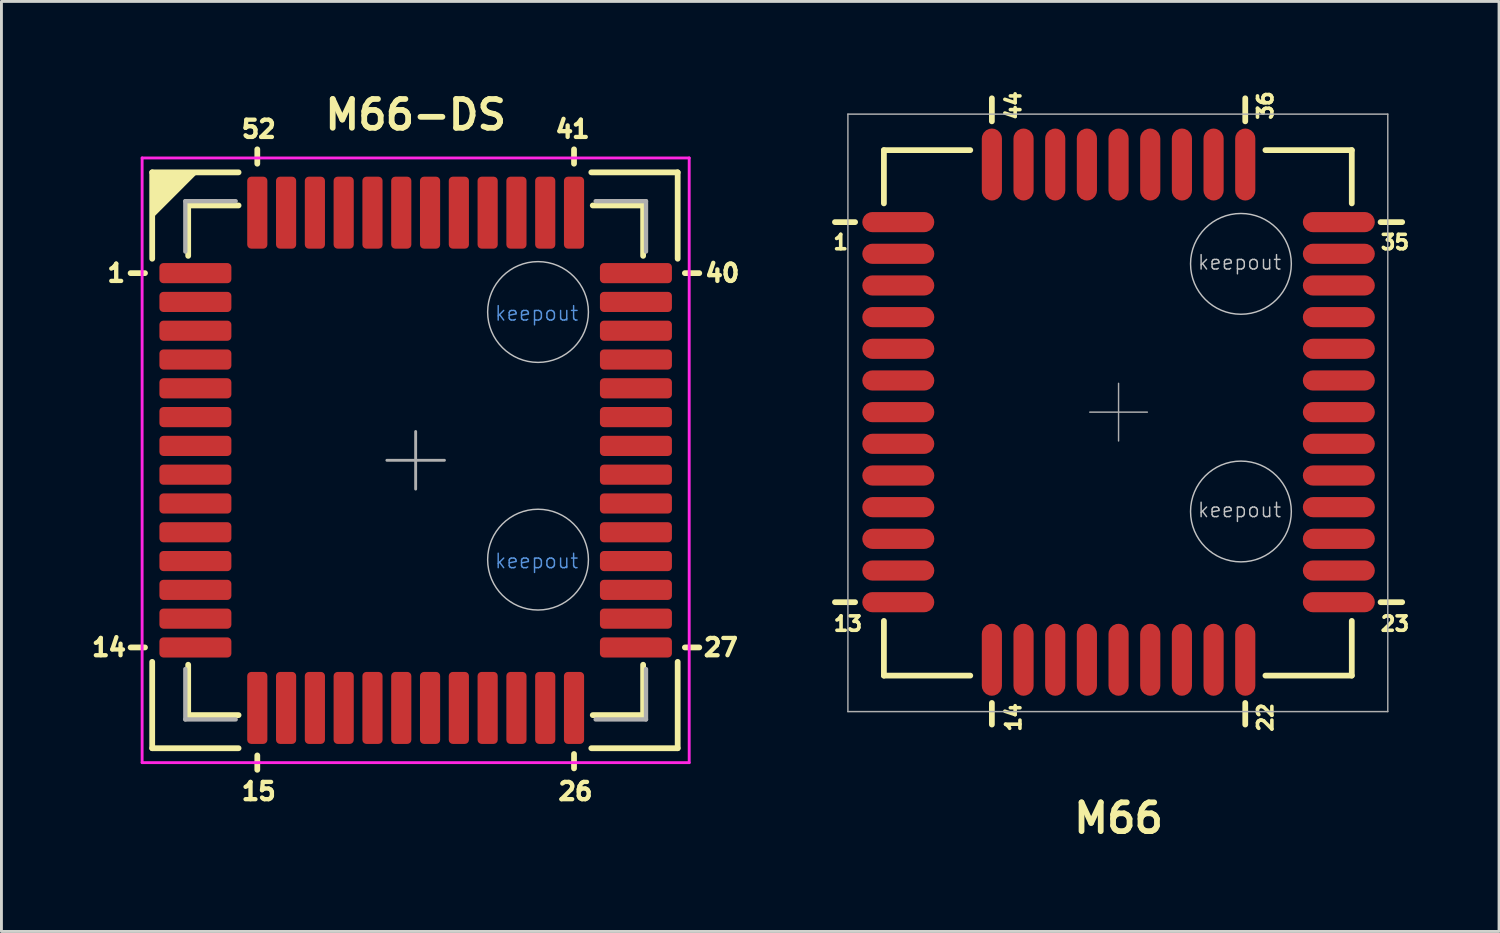
<source format=kicad_pcb>
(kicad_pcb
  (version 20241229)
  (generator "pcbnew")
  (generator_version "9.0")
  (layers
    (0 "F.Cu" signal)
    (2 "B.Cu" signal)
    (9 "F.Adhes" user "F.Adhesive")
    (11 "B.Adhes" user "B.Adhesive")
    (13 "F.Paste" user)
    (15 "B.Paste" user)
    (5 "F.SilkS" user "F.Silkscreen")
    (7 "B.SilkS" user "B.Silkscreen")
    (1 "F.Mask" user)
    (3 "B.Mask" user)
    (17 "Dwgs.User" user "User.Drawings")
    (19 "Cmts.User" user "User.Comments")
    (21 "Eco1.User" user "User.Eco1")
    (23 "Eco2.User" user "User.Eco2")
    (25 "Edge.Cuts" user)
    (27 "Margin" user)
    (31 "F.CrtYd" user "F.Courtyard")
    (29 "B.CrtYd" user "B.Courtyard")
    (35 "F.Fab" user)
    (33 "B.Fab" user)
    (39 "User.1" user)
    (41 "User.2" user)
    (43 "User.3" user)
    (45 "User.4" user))
  (footprint "M66-DS"
    (layer "F.Cu")
    (at 3.736 6.436)
    (property "Reference" "M66-DS" (at 7.65 -5.5 0) (layer "F.SilkS") (effects (font (size 1 1) (thickness 0.2))))
    (attr through_hole)
    (fp_line (start -1.75 0) (end -2.25 0) (stroke (width 0.2) (type solid)) (layer "F.SilkS"))
    (fp_line (start -1.75 13) (end -2.25 13) (stroke (width 0.2) (type solid)) (layer "F.SilkS"))
    (fp_line (start -1.5 -3.5) (end 1.5 -3.5) (stroke (width 0.2) (type solid)) (layer "F.SilkS"))
    (fp_line (start -1.5 -0.5) (end -1.5 -3.5) (stroke (width 0.2) (type solid)) (layer "F.SilkS"))
    (fp_line (start -1.5 13.5) (end -1.5 16.5) (stroke (width 0.2) (type solid)) (layer "F.SilkS"))
    (fp_line (start -1.5 16.5) (end 1.5 16.5) (stroke (width 0.2) (type solid)) (layer "F.SilkS"))
    (fp_line (start -0.25 -2.35) (end -0.25 -0.6) (stroke (width 0.2) (type solid)) (layer "F.SilkS"))
    (fp_line (start -0.25 -2.35) (end 1.5 -2.35) (stroke (width 0.2) (type solid)) (layer "F.SilkS"))
    (fp_line (start -0.25 15.35) (end -0.25 13.6) (stroke (width 0.2) (type solid)) (layer "F.SilkS"))
    (fp_line (start -0.25 15.35) (end 1.5 15.35) (stroke (width 0.2) (type solid)) (layer "F.SilkS"))
    (fp_line (start 2.15 -4.3) (end 2.15 -3.8) (stroke (width 0.2) (type solid)) (layer "F.SilkS"))
    (fp_line (start 2.15 16.75) (end 2.15 17.25) (stroke (width 0.2) (type solid)) (layer "F.SilkS"))
    (fp_line (start 13.15 -4.3) (end 13.15 -3.8) (stroke (width 0.2) (type solid)) (layer "F.SilkS"))
    (fp_line (start 13.15 16.7) (end 13.15 17.2) (stroke (width 0.2) (type solid)) (layer "F.SilkS"))
    (fp_line (start 13.75 -3.5) (end 16.75 -3.5) (stroke (width 0.2) (type solid)) (layer "F.SilkS"))
    (fp_line (start 13.75 16.5) (end 16.75 16.5) (stroke (width 0.2) (type solid)) (layer "F.SilkS"))
    (fp_line (start 15.55 -2.35) (end 13.8 -2.35) (stroke (width 0.2) (type solid)) (layer "F.SilkS"))
    (fp_line (start 15.55 -2.35) (end 15.55 -0.6) (stroke (width 0.2) (type solid)) (layer "F.SilkS"))
    (fp_line (start 15.55 15.35) (end 13.8 15.35) (stroke (width 0.2) (type solid)) (layer "F.SilkS"))
    (fp_line (start 15.55 15.35) (end 15.55 13.6) (stroke (width 0.2) (type solid)) (layer "F.SilkS"))
    (fp_line (start 16.75 -3.5) (end 16.75 -0.5) (stroke (width 0.2) (type solid)) (layer "F.SilkS"))
    (fp_line (start 16.75 16.5) (end 16.75 13.5) (stroke (width 0.2) (type solid)) (layer "F.SilkS"))
    (fp_line (start 17.5 0) (end 17 0) (stroke (width 0.2) (type solid)) (layer "F.SilkS"))
    (fp_line (start 17.5 13) (end 17 13) (stroke (width 0.2) (type solid)) (layer "F.SilkS"))
    (fp_poly (pts (xy -1.5 -3.5) (xy -1.5 -2) (xy 0 -3.5)) (stroke (width 0.15) (type solid)) (fill yes) (layer "F.SilkS"))
    (fp_circle (center 11.9 1.35) (end 13.65 1.35) (stroke (width 0.05) (type solid)) (fill no) (layer "Dwgs.User"))
    (fp_circle (center 11.9 9.95) (end 13.65 9.95) (stroke (width 0.05) (type solid)) (fill no) (layer "Dwgs.User"))
    (fp_line (start -1.85 -4) (end -1.85 17) (stroke (width 0.1) (type solid)) (layer "F.CrtYd"))
    (fp_line (start -1.85 17) (end 17.15 17) (stroke (width 0.1) (type solid)) (layer "F.CrtYd"))
    (fp_line (start 17.15 -4) (end -1.85 -4) (stroke (width 0.1) (type solid)) (layer "F.CrtYd"))
    (fp_line (start 17.15 17) (end 17.15 -4) (stroke (width 0.1) (type solid)) (layer "F.CrtYd"))
    (fp_line (start -0.35 -2.5) (end -0.35 -0.75) (stroke (width 0.15) (type solid)) (layer "F.Fab"))
    (fp_line (start -0.35 -2.5) (end 1.4 -2.5) (stroke (width 0.15) (type solid)) (layer "F.Fab"))
    (fp_line (start -0.35 15.5) (end -0.35 13.75) (stroke (width 0.15) (type solid)) (layer "F.Fab"))
    (fp_line (start -0.35 15.5) (end 1.4 15.5) (stroke (width 0.15) (type solid)) (layer "F.Fab"))
    (fp_line (start 6.65 6.5) (end 8.65 6.5) (stroke (width 0.1) (type solid)) (layer "F.Fab"))
    (fp_line (start 7.65 7.5) (end 7.65 5.5) (stroke (width 0.1) (type solid)) (layer "F.Fab"))
    (fp_line (start 15.65 -2.5) (end 13.9 -2.5) (stroke (width 0.15) (type solid)) (layer "F.Fab"))
    (fp_line (start 15.65 -2.5) (end 15.65 -0.75) (stroke (width 0.15) (type solid)) (layer "F.Fab"))
    (fp_line (start 15.65 15.5) (end 13.9 15.5) (stroke (width 0.15) (type solid)) (layer "F.Fab"))
    (fp_line (start 15.65 15.5) (end 15.65 13.75) (stroke (width 0.15) (type solid)) (layer "F.Fab"))
    (fp_text user "52" (at 2.2 -5 0) (layer "F.SilkS") (effects (font (size 0.6 0.6) (thickness 0.15))))
    (fp_text user "26" (at 13.2 18 0) (layer "F.SilkS") (effects (font (size 0.6 0.6) (thickness 0.15))))
    (fp_text user "1" (at -2.75 0 0) (layer "F.SilkS") (effects (font (size 0.6 0.6) (thickness 0.15))))
    (fp_text user "40" (at 18.3 0 0) (layer "F.SilkS") (effects (font (size 0.6 0.6) (thickness 0.15))))
    (fp_text user "14" (at -3 13 0) (layer "F.SilkS") (effects (font (size 0.6 0.6) (thickness 0.15))))
    (fp_text user "27" (at 18.25 13 0) (layer "F.SilkS") (effects (font (size 0.6 0.6) (thickness 0.15))))
    (fp_text user "41" (at 13.1 -5 180) (layer "F.SilkS") (effects (font (size 0.6 0.6) (thickness 0.15))))
    (fp_text user "15" (at 2.2 18 0) (layer "F.SilkS") (effects (font (size 0.6 0.6) (thickness 0.15))))
    (fp_text user "keepout" (at 11.85 1.4 0) (layer "Cmts.User") (effects (font (size 0.5 0.5) (thickness 0.05))))
    (fp_text user "keepout" (at 11.85 10 0) (layer "Cmts.User") (effects (font (size 0.5 0.5) (thickness 0.05))))
    (pad "1" smd roundrect (at 0 0) (size 2.5 0.7) (layers "F.Cu" "F.Mask" "F.Paste") (roundrect_rratio 0.2))
    (pad "2" smd roundrect (at 0 1) (size 2.5 0.7) (layers "F.Cu" "F.Mask" "F.Paste") (roundrect_rratio 0.2))
    (pad "3" smd roundrect (at 0 2) (size 2.5 0.7) (layers "F.Cu" "F.Mask" "F.Paste") (roundrect_rratio 0.2))
    (pad "4" smd roundrect (at 0 3) (size 2.5 0.7) (layers "F.Cu" "F.Mask" "F.Paste") (roundrect_rratio 0.2))
    (pad "5" smd roundrect (at 0 4) (size 2.5 0.7) (layers "F.Cu" "F.Mask" "F.Paste") (roundrect_rratio 0.2))
    (pad "6" smd roundrect (at 0 5) (size 2.5 0.7) (layers "F.Cu" "F.Mask" "F.Paste") (roundrect_rratio 0.2))
    (pad "7" smd roundrect (at 0 6) (size 2.5 0.7) (layers "F.Cu" "F.Mask" "F.Paste") (roundrect_rratio 0.2))
    (pad "8" smd roundrect (at 0 7) (size 2.5 0.7) (layers "F.Cu" "F.Mask" "F.Paste") (roundrect_rratio 0.2))
    (pad "9" smd roundrect (at 0 8) (size 2.5 0.7) (layers "F.Cu" "F.Mask" "F.Paste") (roundrect_rratio 0.2))
    (pad "10" smd roundrect (at 0 9) (size 2.5 0.7) (layers "F.Cu" "F.Mask" "F.Paste") (roundrect_rratio 0.2))
    (pad "11" smd roundrect (at 0 10) (size 2.5 0.7) (layers "F.Cu" "F.Mask" "F.Paste") (roundrect_rratio 0.2))
    (pad "12" smd roundrect (at 0 11) (size 2.5 0.7) (layers "F.Cu" "F.Mask" "F.Paste") (roundrect_rratio 0.2))
    (pad "13" smd roundrect (at 0 12) (size 2.5 0.7) (layers "F.Cu" "F.Mask" "F.Paste") (roundrect_rratio 0.2))
    (pad "14" smd roundrect (at 0 13) (size 2.5 0.7) (layers "F.Cu" "F.Mask" "F.Paste") (roundrect_rratio 0.2))
    (pad "15" smd roundrect (at 2.15 15.1 90) (size 2.5 0.7) (layers "F.Cu" "F.Mask" "F.Paste") (roundrect_rratio 0.2))
    (pad "16" smd roundrect (at 3.15 15.1 90) (size 2.5 0.7) (layers "F.Cu" "F.Mask" "F.Paste") (roundrect_rratio 0.2))
    (pad "17" smd roundrect (at 4.15 15.1 270) (size 2.5 0.7) (layers "F.Cu" "F.Mask" "F.Paste") (roundrect_rratio 0.2))
    (pad "18" smd roundrect (at 5.15 15.1 90) (size 2.5 0.7) (layers "F.Cu" "F.Mask" "F.Paste") (roundrect_rratio 0.2))
    (pad "19" smd roundrect (at 6.15 15.1 90) (size 2.5 0.7) (layers "F.Cu" "F.Mask" "F.Paste") (roundrect_rratio 0.2))
    (pad "20" smd roundrect (at 7.15 15.1 90) (size 2.5 0.7) (layers "F.Cu" "F.Mask" "F.Paste") (roundrect_rratio 0.2))
    (pad "21" smd roundrect (at 8.15 15.1 90) (size 2.5 0.7) (layers "F.Cu" "F.Mask" "F.Paste") (roundrect_rratio 0.2))
    (pad "22" smd roundrect (at 9.15 15.1 90) (size 2.5 0.7) (layers "F.Cu" "F.Mask" "F.Paste") (roundrect_rratio 0.2))
    (pad "23" smd roundrect (at 10.15 15.1 90) (size 2.5 0.7) (layers "F.Cu" "F.Mask" "F.Paste") (roundrect_rratio 0.2))
    (pad "24" smd roundrect (at 11.15 15.1 90) (size 2.5 0.7) (layers "F.Cu" "F.Mask" "F.Paste") (roundrect_rratio 0.2))
    (pad "25" smd roundrect (at 12.15 15.1 90) (size 2.5 0.7) (layers "F.Cu" "F.Mask" "F.Paste") (roundrect_rratio 0.2))
    (pad "26" smd roundrect (at 13.15 15.1 90) (size 2.5 0.7) (layers "F.Cu" "F.Mask" "F.Paste") (roundrect_rratio 0.2))
    (pad "27" smd roundrect (at 15.3 13 180) (size 2.5 0.7) (layers "F.Cu" "F.Mask" "F.Paste") (roundrect_rratio 0.2))
    (pad "28" smd roundrect (at 15.3 12 180) (size 2.5 0.7) (layers "F.Cu" "F.Mask" "F.Paste") (roundrect_rratio 0.2))
    (pad "29" smd roundrect (at 15.3 11 180) (size 2.5 0.7) (layers "F.Cu" "F.Mask" "F.Paste") (roundrect_rratio 0.2))
    (pad "30" smd roundrect (at 15.3 10 180) (size 2.5 0.7) (layers "F.Cu" "F.Mask" "F.Paste") (roundrect_rratio 0.2))
    (pad "31" smd roundrect (at 15.3 9 180) (size 2.5 0.7) (layers "F.Cu" "F.Mask" "F.Paste") (roundrect_rratio 0.2))
    (pad "32" smd roundrect (at 15.3 8 180) (size 2.5 0.7) (layers "F.Cu" "F.Mask" "F.Paste") (roundrect_rratio 0.2))
    (pad "33" smd roundrect (at 15.3 7 180) (size 2.5 0.7) (layers "F.Cu" "F.Mask" "F.Paste") (roundrect_rratio 0.2))
    (pad "34" smd roundrect (at 15.3 6 180) (size 2.5 0.7) (layers "F.Cu" "F.Mask" "F.Paste") (roundrect_rratio 0.2))
    (pad "35" smd roundrect (at 15.3 5 180) (size 2.5 0.7) (layers "F.Cu" "F.Mask" "F.Paste") (roundrect_rratio 0.2))
    (pad "36" smd roundrect (at 15.3 4 180) (size 2.5 0.7) (layers "F.Cu" "F.Mask" "F.Paste") (roundrect_rratio 0.2))
    (pad "37" smd roundrect (at 15.3 3 180) (size 2.5 0.7) (layers "F.Cu" "F.Mask" "F.Paste") (roundrect_rratio 0.2))
    (pad "38" smd roundrect (at 15.3 2 180) (size 2.5 0.7) (layers "F.Cu" "F.Mask" "F.Paste") (roundrect_rratio 0.2))
    (pad "39" smd roundrect (at 15.3 1 180) (size 2.5 0.7) (layers "F.Cu" "F.Mask" "F.Paste") (roundrect_rratio 0.2))
    (pad "40" smd roundrect (at 15.3 0 180) (size 2.5 0.7) (layers "F.Cu" "F.Mask" "F.Paste") (roundrect_rratio 0.2))
    (pad "41" smd roundrect (at 13.15 -2.1 90) (size 2.5 0.7) (layers "F.Cu" "F.Mask" "F.Paste") (roundrect_rratio 0.2))
    (pad "42" smd roundrect (at 12.15 -2.1 90) (size 2.5 0.7) (layers "F.Cu" "F.Mask" "F.Paste") (roundrect_rratio 0.2))
    (pad "43" smd roundrect (at 11.15 -2.1 90) (size 2.5 0.7) (layers "F.Cu" "F.Mask" "F.Paste") (roundrect_rratio 0.2))
    (pad "44" smd roundrect (at 10.15 -2.1 90) (size 2.5 0.7) (layers "F.Cu" "F.Mask" "F.Paste") (roundrect_rratio 0.2))
    (pad "45" smd roundrect (at 9.15 -2.1 90) (size 2.5 0.7) (layers "F.Cu" "F.Mask" "F.Paste") (roundrect_rratio 0.2))
    (pad "46" smd roundrect (at 8.15 -2.1 90) (size 2.5 0.7) (layers "F.Cu" "F.Mask" "F.Paste") (roundrect_rratio 0.2))
    (pad "47" smd roundrect (at 7.15 -2.1 90) (size 2.5 0.7) (layers "F.Cu" "F.Mask" "F.Paste") (roundrect_rratio 0.2))
    (pad "48" smd roundrect (at 6.15 -2.1 90) (size 2.5 0.7) (layers "F.Cu" "F.Mask" "F.Paste") (roundrect_rratio 0.2))
    (pad "49" smd roundrect (at 5.15 -2.1 90) (size 2.5 0.7) (layers "F.Cu" "F.Mask" "F.Paste") (roundrect_rratio 0.2))
    (pad "50" smd roundrect (at 4.15 -2.1 90) (size 2.5 0.7) (layers "F.Cu" "F.Mask" "F.Paste") (roundrect_rratio 0.2))
    (pad "51" smd roundrect (at 3.15 -2.1 90) (size 2.5 0.7) (layers "F.Cu" "F.Mask" "F.Paste") (roundrect_rratio 0.2))
    (pad "52" smd roundrect (at 2.15 -2.1 90) (size 2.5 0.7) (layers "F.Cu" "F.Mask" "F.Paste") (roundrect_rratio 0.2)))
  (footprint "M66"
    (layer "F.Cu")
    (at 28.148 4.664)
    (property "Reference" "M66" (at 7.65 20.7 0) (layer "F.SilkS") (effects (font (size 1 1) (thickness 0.2))))
    (attr smd)
    (fp_line (start -1.5 0) (end -2.2 0) (stroke (width 0.2) (type solid)) (layer "F.SilkS"))
    (fp_line (start -1.5 13.2) (end -2.2 13.2) (stroke (width 0.2) (type solid)) (layer "F.SilkS"))
    (fp_line (start -0.5 -2.5) (end -0.5 -0.65) (stroke (width 0.2) (type solid)) (layer "F.SilkS"))
    (fp_line (start -0.5 13.85) (end -0.5 15.75) (stroke (width 0.2) (type solid)) (layer "F.SilkS"))
    (fp_line (start -0.5 15.75) (end 2.5 15.75) (stroke (width 0.2) (type solid)) (layer "F.SilkS"))
    (fp_line (start 2.5 -2.5) (end -0.5 -2.5) (stroke (width 0.2) (type solid)) (layer "F.SilkS"))
    (fp_line (start 3.25 -3.5) (end 3.25 -4.3) (stroke (width 0.2) (type solid)) (layer "F.SilkS"))
    (fp_line (start 3.25 16.7) (end 3.25 17.45) (stroke (width 0.2) (type solid)) (layer "F.SilkS"))
    (fp_line (start 12.05 -3.5) (end 12.05 -4.3) (stroke (width 0.2) (type solid)) (layer "F.SilkS"))
    (fp_line (start 12.05 16.7) (end 12.05 17.45) (stroke (width 0.2) (type solid)) (layer "F.SilkS"))
    (fp_line (start 12.75 -2.5) (end 15.75 -2.5) (stroke (width 0.2) (type solid)) (layer "F.SilkS"))
    (fp_line (start 12.75 15.75) (end 15.75 15.75) (stroke (width 0.2) (type solid)) (layer "F.SilkS"))
    (fp_line (start 15.75 -2.5) (end 15.75 -0.65) (stroke (width 0.2) (type solid)) (layer "F.SilkS"))
    (fp_line (start 15.75 15.75) (end 15.75 13.85) (stroke (width 0.2) (type solid)) (layer "F.SilkS"))
    (fp_line (start 16.75 0) (end 17.5 0) (stroke (width 0.2) (type solid)) (layer "F.SilkS"))
    (fp_line (start 16.75 13.2) (end 17.5 13.2) (stroke (width 0.2) (type solid)) (layer "F.SilkS"))
    (fp_circle (center 11.9 1.45) (end 13.65 1.45) (stroke (width 0.05) (type solid)) (fill no) (layer "Dwgs.User"))
    (fp_circle (center 11.9 10.05) (end 13.65 10.05) (stroke (width 0.05) (type solid)) (fill no) (layer "Dwgs.User"))
    (fp_line (start -1.75 -3.75) (end 17 -3.75) (stroke (width 0.05) (type solid)) (layer "F.Fab"))
    (fp_line (start -1.75 17) (end -1.75 -3.75) (stroke (width 0.05) (type solid)) (layer "F.Fab"))
    (fp_line (start 6.65 6.6) (end 8.65 6.6) (stroke (width 0.05) (type solid)) (layer "F.Fab"))
    (fp_line (start 7.65 5.6) (end 7.65 7.6) (stroke (width 0.05) (type solid)) (layer "F.Fab"))
    (fp_line (start 17 -3.75) (end 17 17) (stroke (width 0.05) (type solid)) (layer "F.Fab"))
    (fp_line (start 17 17) (end -1.75 17) (stroke (width 0.05) (type solid)) (layer "F.Fab"))
    (fp_text user "36" (at 12.75 -4.05 90) (layer "F.SilkS") (effects (font (size 0.5 0.5) (thickness 0.125))))
    (fp_text user "35" (at 17.25 0.7 180) (layer "F.SilkS") (effects (font (size 0.5 0.5) (thickness 0.125))))
    (fp_text user "23" (at 17.25 13.95 180) (layer "F.SilkS") (effects (font (size 0.5 0.5) (thickness 0.125))))
    (fp_text user "13" (at -1.75 13.95 0) (layer "F.SilkS") (effects (font (size 0.5 0.5) (thickness 0.125))))
    (fp_text user "14" (at 4 17.2 90) (layer "F.SilkS") (effects (font (size 0.5 0.5) (thickness 0.125))))
    (fp_text user "22" (at 12.75 17.2 90) (layer "F.SilkS") (effects (font (size 0.5 0.5) (thickness 0.125))))
    (fp_text user "1" (at -2 0.7 0) (layer "F.SilkS") (effects (font (size 0.5 0.5) (thickness 0.125))))
    (fp_text user "44" (at 4 -4.05 90) (layer "F.SilkS") (effects (font (size 0.5 0.5) (thickness 0.125))))
    (fp_text user "keepout" (at 11.85 1.4 0) (layer "Dwgs.User") (effects (font (size 0.5 0.5) (thickness 0.05))))
    (fp_text user "keepout" (at 11.85 10 0) (layer "Dwgs.User") (effects (font (size 0.5 0.5) (thickness 0.05))))
    (pad "1" smd roundrect (at 0 0) (size 2.5 0.7) (layers "F.Cu" "F.Mask" "F.Paste") (roundrect_rratio 0.5))
    (pad "2" smd roundrect (at 0 1.1) (size 2.5 0.7) (layers "F.Cu" "F.Mask" "F.Paste") (roundrect_rratio 0.5))
    (pad "3" smd roundrect (at 0 2.2) (size 2.5 0.7) (layers "F.Cu" "F.Mask" "F.Paste") (roundrect_rratio 0.5))
    (pad "4" smd roundrect (at 0 3.3) (size 2.5 0.7) (layers "F.Cu" "F.Mask" "F.Paste") (roundrect_rratio 0.5))
    (pad "5" smd roundrect (at 0 4.4) (size 2.5 0.7) (layers "F.Cu" "F.Mask" "F.Paste") (roundrect_rratio 0.5))
    (pad "6" smd roundrect (at 0 5.5) (size 2.5 0.7) (layers "F.Cu" "F.Mask" "F.Paste") (roundrect_rratio 0.5))
    (pad "7" smd roundrect (at 0 6.6) (size 2.5 0.7) (layers "F.Cu" "F.Mask" "F.Paste") (roundrect_rratio 0.5))
    (pad "8" smd roundrect (at 0 7.7) (size 2.5 0.7) (layers "F.Cu" "F.Mask" "F.Paste") (roundrect_rratio 0.5))
    (pad "9" smd roundrect (at 0 8.8) (size 2.5 0.7) (layers "F.Cu" "F.Mask" "F.Paste") (roundrect_rratio 0.5))
    (pad "10" smd roundrect (at 0 9.9) (size 2.5 0.7) (layers "F.Cu" "F.Mask" "F.Paste") (roundrect_rratio 0.5))
    (pad "11" smd roundrect (at 0 11) (size 2.5 0.7) (layers "F.Cu" "F.Mask" "F.Paste") (roundrect_rratio 0.5))
    (pad "12" smd roundrect (at 0 12.1) (size 2.5 0.7) (layers "F.Cu" "F.Mask" "F.Paste") (roundrect_rratio 0.5))
    (pad "13" smd roundrect (at 0 13.2) (size 2.5 0.7) (layers "F.Cu" "F.Mask" "F.Paste") (roundrect_rratio 0.5))
    (pad "14" smd roundrect (at 3.25 15.2 90) (size 2.5 0.7) (layers "F.Cu" "F.Mask" "F.Paste") (roundrect_rratio 0.5))
    (pad "15" smd roundrect (at 4.35 15.2 90) (size 2.5 0.7) (layers "F.Cu" "F.Mask" "F.Paste") (roundrect_rratio 0.5))
    (pad "16" smd roundrect (at 5.45 15.2 90) (size 2.5 0.7) (layers "F.Cu" "F.Mask" "F.Paste") (roundrect_rratio 0.5))
    (pad "17" smd roundrect (at 6.55 15.2 90) (size 2.5 0.7) (layers "F.Cu" "F.Mask" "F.Paste") (roundrect_rratio 0.5))
    (pad "18" smd roundrect (at 7.65 15.2 90) (size 2.5 0.7) (layers "F.Cu" "F.Mask" "F.Paste") (roundrect_rratio 0.5))
    (pad "19" smd roundrect (at 8.75 15.2 90) (size 2.5 0.7) (layers "F.Cu" "F.Mask" "F.Paste") (roundrect_rratio 0.5))
    (pad "20" smd roundrect (at 9.85 15.2 90) (size 2.5 0.7) (layers "F.Cu" "F.Mask" "F.Paste") (roundrect_rratio 0.5))
    (pad "21" smd roundrect (at 10.95 15.2 90) (size 2.5 0.7) (layers "F.Cu" "F.Mask" "F.Paste") (roundrect_rratio 0.5))
    (pad "22" smd roundrect (at 12.05 15.2 90) (size 2.5 0.7) (layers "F.Cu" "F.Mask" "F.Paste") (roundrect_rratio 0.5))
    (pad "23" smd roundrect (at 15.3 13.2) (size 2.5 0.7) (layers "F.Cu" "F.Mask" "F.Paste") (roundrect_rratio 0.5))
    (pad "24" smd roundrect (at 15.3 12.1) (size 2.5 0.7) (layers "F.Cu" "F.Mask" "F.Paste") (roundrect_rratio 0.5))
    (pad "25" smd roundrect (at 15.3 11) (size 2.5 0.7) (layers "F.Cu" "F.Mask" "F.Paste") (roundrect_rratio 0.5))
    (pad "26" smd roundrect (at 15.3 9.9) (size 2.5 0.7) (layers "F.Cu" "F.Mask" "F.Paste") (roundrect_rratio 0.5))
    (pad "27" smd roundrect (at 15.3 8.8) (size 2.5 0.7) (layers "F.Cu" "F.Mask" "F.Paste") (roundrect_rratio 0.5))
    (pad "28" smd roundrect (at 15.3 7.7) (size 2.5 0.7) (layers "F.Cu" "F.Mask" "F.Paste") (roundrect_rratio 0.5))
    (pad "29" smd roundrect (at 15.3 6.6) (size 2.5 0.7) (layers "F.Cu" "F.Mask" "F.Paste") (roundrect_rratio 0.5))
    (pad "30" smd roundrect (at 15.3 5.5) (size 2.5 0.7) (layers "F.Cu" "F.Mask" "F.Paste") (roundrect_rratio 0.5))
    (pad "31" smd roundrect (at 15.3 4.4) (size 2.5 0.7) (layers "F.Cu" "F.Mask" "F.Paste") (roundrect_rratio 0.5))
    (pad "32" smd roundrect (at 15.3 3.3) (size 2.5 0.7) (layers "F.Cu" "F.Mask" "F.Paste") (roundrect_rratio 0.5))
    (pad "33" smd roundrect (at 15.3 2.2) (size 2.5 0.7) (layers "F.Cu" "F.Mask" "F.Paste") (roundrect_rratio 0.5))
    (pad "34" smd roundrect (at 15.3 1.1) (size 2.5 0.7) (layers "F.Cu" "F.Mask" "F.Paste") (roundrect_rratio 0.5))
    (pad "35" smd roundrect (at 15.3 0) (size 2.5 0.7) (layers "F.Cu" "F.Mask" "F.Paste") (roundrect_rratio 0.5))
    (pad "36" smd roundrect (at 12.05 -2 90) (size 2.5 0.7) (layers "F.Cu" "F.Mask" "F.Paste") (roundrect_rratio 0.5))
    (pad "37" smd roundrect (at 10.95 -2 90) (size 2.5 0.7) (layers "F.Cu" "F.Mask" "F.Paste") (roundrect_rratio 0.5))
    (pad "38" smd roundrect (at 9.85 -2 90) (size 2.5 0.7) (layers "F.Cu" "F.Mask" "F.Paste") (roundrect_rratio 0.5))
    (pad "39" smd roundrect (at 8.75 -2 90) (size 2.5 0.7) (layers "F.Cu" "F.Mask" "F.Paste") (roundrect_rratio 0.5))
    (pad "40" smd roundrect (at 7.65 -2 90) (size 2.5 0.7) (layers "F.Cu" "F.Mask" "F.Paste") (roundrect_rratio 0.5))
    (pad "41" smd roundrect (at 6.55 -2 90) (size 2.5 0.7) (layers "F.Cu" "F.Mask" "F.Paste") (roundrect_rratio 0.5))
    (pad "42" smd roundrect (at 5.45 -2 90) (size 2.5 0.7) (layers "F.Cu" "F.Mask" "F.Paste") (roundrect_rratio 0.5))
    (pad "43" smd roundrect (at 4.35 -2 90) (size 2.5 0.7) (layers "F.Cu" "F.Mask" "F.Paste") (roundrect_rratio 0.5))
    (pad "44" smd roundrect (at 3.25 -2 90) (size 2.5 0.7) (layers "F.Cu" "F.Mask" "F.Paste") (roundrect_rratio 0.5)))
  (gr_rect
    (start -3 -3)
    (end 49.012 29.3)
    (stroke (width 0.1) (type default))
    (fill no)
    (layer "Edge.Cuts")))
</source>
